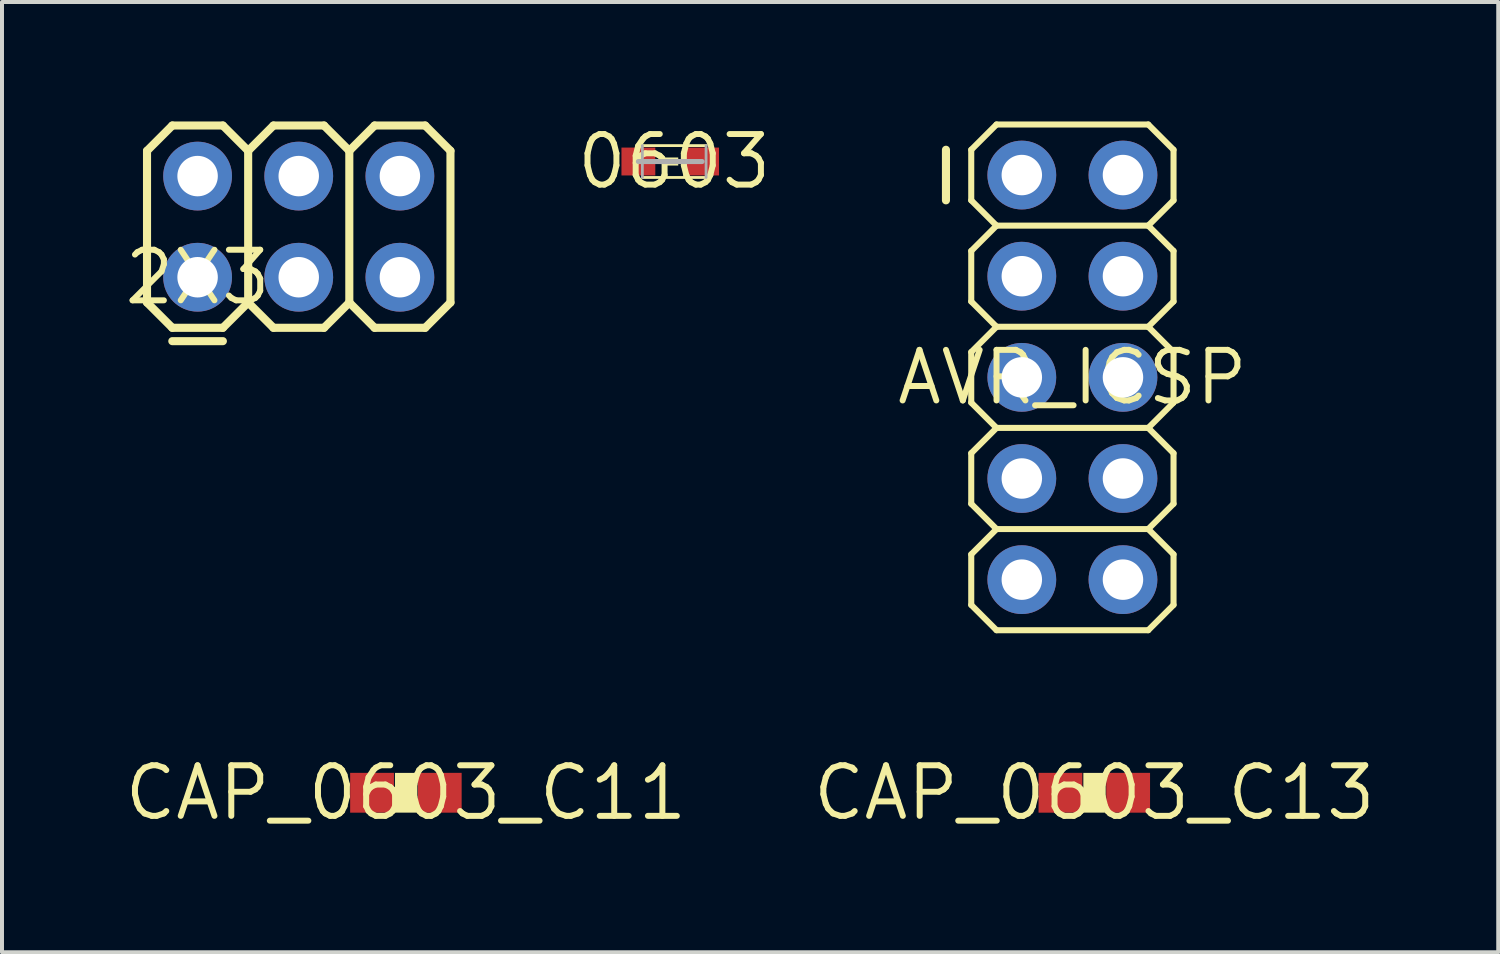
<source format=kicad_pcb>
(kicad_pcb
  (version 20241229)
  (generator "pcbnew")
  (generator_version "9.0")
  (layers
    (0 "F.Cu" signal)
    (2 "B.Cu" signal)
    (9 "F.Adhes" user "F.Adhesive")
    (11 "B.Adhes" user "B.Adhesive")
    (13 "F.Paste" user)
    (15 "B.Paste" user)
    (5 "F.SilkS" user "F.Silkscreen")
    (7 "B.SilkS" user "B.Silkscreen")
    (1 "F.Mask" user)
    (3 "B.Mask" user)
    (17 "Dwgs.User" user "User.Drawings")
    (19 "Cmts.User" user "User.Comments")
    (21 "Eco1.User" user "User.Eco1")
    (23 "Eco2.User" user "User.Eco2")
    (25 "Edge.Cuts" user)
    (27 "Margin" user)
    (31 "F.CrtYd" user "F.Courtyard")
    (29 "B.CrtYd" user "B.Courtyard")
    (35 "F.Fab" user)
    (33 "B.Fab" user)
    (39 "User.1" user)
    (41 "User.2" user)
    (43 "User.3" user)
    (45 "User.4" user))
  (footprint "0603"
    (layer "F.Cu")
    (at 13.881 1.006)
    (property "Reference" "0603" (at 0 0 0) (layer "F.SilkS") (effects (font (size 1.27 1.27) (thickness 0.15))))
    (fp_line (start -0.8 -0.4) (end 0.8 -0.4) (stroke (width 0.07) (type solid)) (layer "F.SilkS"))
    (fp_line (start 0.8 0.4) (end -0.8 0.4) (stroke (width 0.07) (type solid)) (layer "F.SilkS"))
    (fp_poly (pts (xy 0.101 0.101) (xy -0.301 0.101) (xy -0.301 -0.101) (xy 0.101 -0.101)) (stroke (width 0) (type default)) (fill yes) (layer "F.SilkS"))
    (fp_line (start -0.9 0) (end 0.7 0) (stroke (width 0.127) (type solid)) (layer "F.Fab"))
    (fp_line (start -0.8 0.4) (end -0.8 -0.4) (stroke (width 0.07) (type solid)) (layer "F.Fab"))
    (fp_line (start 0.8 -0.4) (end 0.8 0.4) (stroke (width 0.07) (type solid)) (layer "F.Fab"))
    (pad "1" smd rect (at -0.9 0 1.496731615e-14) (size 0.85 0.7) (layers "F.Cu" "F.Mask" "F.Paste"))
    (pad "2" smd rect (at 0.7 0 1.496731615e-14) (size 0.85 0.7) (layers "F.Cu" "F.Mask" "F.Paste")))
  (footprint "CAP_0603_C11"
    (layer "F.Cu")
    (at 7.143 16.858)
    (property "Reference" "CAP_0603_C11" (at 0 0 0) (layer "F.SilkS") (effects (font (size 1.27 1.27) (thickness 0.15))))
    (fp_poly (pts (xy 0.266 0.499) (xy -0.275 0.499) (xy -0.275 -0.499) (xy 0.266 -0.499)) (stroke (width 0) (type default)) (fill yes) (layer "F.SilkS"))
    (pad "1" smd rect (at -0.85 0 270) (size 1 1.1) (layers "F.Cu" "F.Mask" "F.Paste"))
    (pad "2" smd rect (at 0.85 0 270) (size 1 1.1) (layers "F.Cu" "F.Mask" "F.Paste")))
  (footprint "2X3"
    (layer "F.Cu")
    (at 1.912 3.912)
    (property "Reference" "2X3" (at 0 0 0) (layer "F.SilkS") (effects (font (size 1.27 1.27) (thickness 0.15))))
    (fp_line (start -1.27 -3.175) (end -0.635 -3.81) (stroke (width 0.203) (type solid)) (layer "F.SilkS"))
    (fp_line (start -1.27 0.635) (end -1.27 -3.175) (stroke (width 0.203) (type solid)) (layer "F.SilkS"))
    (fp_line (start -1.27 0.635) (end -0.635 1.27) (stroke (width 0.203) (type solid)) (layer "F.SilkS"))
    (fp_line (start -0.635 -3.81) (end 0.635 -3.81) (stroke (width 0.203) (type solid)) (layer "F.SilkS"))
    (fp_line (start -0.635 1.27) (end 0.635 1.27) (stroke (width 0.203) (type solid)) (layer "F.SilkS"))
    (fp_line (start 0.635 -3.81) (end 1.27 -3.175) (stroke (width 0.203) (type solid)) (layer "F.SilkS"))
    (fp_line (start 0.635 1.27) (end 1.27 0.635) (stroke (width 0.203) (type solid)) (layer "F.SilkS"))
    (fp_line (start 0.635 1.605) (end -0.635 1.605) (stroke (width 0.203) (type solid)) (layer "F.SilkS"))
    (fp_line (start 1.27 -3.175) (end 1.27 0.635) (stroke (width 0.203) (type solid)) (layer "F.SilkS"))
    (fp_line (start 1.27 -3.175) (end 1.905 -3.81) (stroke (width 0.203) (type solid)) (layer "F.SilkS"))
    (fp_line (start 1.27 0.635) (end 1.905 1.27) (stroke (width 0.203) (type solid)) (layer "F.SilkS"))
    (fp_line (start 1.905 -3.81) (end 3.175 -3.81) (stroke (width 0.203) (type solid)) (layer "F.SilkS"))
    (fp_line (start 1.905 1.27) (end 3.175 1.27) (stroke (width 0.203) (type solid)) (layer "F.SilkS"))
    (fp_line (start 3.175 -3.81) (end 3.81 -3.175) (stroke (width 0.203) (type solid)) (layer "F.SilkS"))
    (fp_line (start 3.175 1.27) (end 3.81 0.635) (stroke (width 0.203) (type solid)) (layer "F.SilkS"))
    (fp_line (start 3.81 -3.175) (end 3.81 0.635) (stroke (width 0.203) (type solid)) (layer "F.SilkS"))
    (fp_line (start 3.81 -3.175) (end 4.445 -3.81) (stroke (width 0.203) (type solid)) (layer "F.SilkS"))
    (fp_line (start 3.81 0.635) (end 4.445 1.27) (stroke (width 0.203) (type solid)) (layer "F.SilkS"))
    (fp_line (start 4.445 -3.81) (end 5.715 -3.81) (stroke (width 0.203) (type solid)) (layer "F.SilkS"))
    (fp_line (start 4.445 1.27) (end 5.715 1.27) (stroke (width 0.203) (type solid)) (layer "F.SilkS"))
    (fp_line (start 5.715 -3.81) (end 6.35 -3.175) (stroke (width 0.203) (type solid)) (layer "F.SilkS"))
    (fp_line (start 5.715 1.27) (end 6.35 0.635) (stroke (width 0.203) (type solid)) (layer "F.SilkS"))
    (fp_line (start 6.35 -3.175) (end 6.35 0.635) (stroke (width 0.203) (type solid)) (layer "F.SilkS"))
    (fp_poly (pts (xy 0.255 -2.285) (xy -0.254 -2.285) (xy -0.254 -2.795) (xy 0.255 -2.795)) (stroke (width 0.1) (type default)) (fill no) (layer "F.Fab"))
    (fp_poly (pts (xy 0.255 0.255) (xy -0.254 0.255) (xy -0.254 -0.255) (xy 0.255 -0.255)) (stroke (width 0.1) (type default)) (fill no) (layer "F.Fab"))
    (fp_poly (pts (xy 2.795 -2.285) (xy 2.285 -2.285) (xy 2.285 -2.795) (xy 2.795 -2.795)) (stroke (width 0.1) (type default)) (fill no) (layer "F.Fab"))
    (fp_poly (pts (xy 2.795 0.255) (xy 2.285 0.255) (xy 2.285 -0.255) (xy 2.795 -0.255)) (stroke (width 0.1) (type default)) (fill no) (layer "F.Fab"))
    (fp_poly (pts (xy 5.335 -2.285) (xy 4.826 -2.285) (xy 4.826 -2.795) (xy 5.335 -2.795)) (stroke (width 0.1) (type default)) (fill no) (layer "F.Fab"))
    (fp_poly (pts (xy 5.335 0.255) (xy 4.826 0.255) (xy 4.826 -0.255) (xy 5.335 -0.255)) (stroke (width 0.1) (type default)) (fill no) (layer "F.Fab"))
    (pad "1" thru_hole circle (at 0 0) (size 1.727 1.727) (drill 1.016) (layers "*.Cu" "*.Mask"))
    (pad "2" thru_hole circle (at 0 -2.54) (size 1.727 1.727) (drill 1.016) (layers "*.Cu" "*.Mask"))
    (pad "3" thru_hole circle (at 2.54 0) (size 1.727 1.727) (drill 1.016) (layers "*.Cu" "*.Mask"))
    (pad "4" thru_hole circle (at 2.54 -2.54) (size 1.727 1.727) (drill 1.016) (layers "*.Cu" "*.Mask"))
    (pad "5" thru_hole circle (at 5.08 0) (size 1.727 1.727) (drill 1.016) (layers "*.Cu" "*.Mask"))
    (pad "6" thru_hole circle (at 5.08 -2.54) (size 1.727 1.727) (drill 1.016) (layers "*.Cu" "*.Mask")))
  (footprint "CAP_0603_C13"
    (layer "F.Cu")
    (at 24.43 16.858)
    (property "Reference" "CAP_0603_C13" (at 0 0 0) (layer "F.SilkS") (effects (font (size 1.27 1.27) (thickness 0.15))))
    (fp_poly (pts (xy 0.266 0.499) (xy -0.275 0.499) (xy -0.275 -0.499) (xy 0.266 -0.499)) (stroke (width 0) (type default)) (fill yes) (layer "F.SilkS"))
    (pad "1" smd rect (at -0.85 0 270) (size 1 1.1) (layers "F.Cu" "F.Mask" "F.Paste"))
    (pad "2" smd rect (at 0.85 0 270) (size 1 1.1) (layers "F.Cu" "F.Mask" "F.Paste")))
  (footprint "AVR_ICSP"
    (layer "F.Cu")
    (at 23.88 6.426)
    (property "Reference" "AVR_ICSP" (at 0 0 0) (layer "F.SilkS") (effects (font (size 1.27 1.27) (thickness 0.15))))
    (fp_line (start -3.175 -5.715) (end -3.175 -4.445) (stroke (width 0.203) (type solid)) (layer "F.SilkS"))
    (fp_line (start -2.54 -5.715) (end -2.54 -4.445) (stroke (width 0.152) (type solid)) (layer "F.SilkS"))
    (fp_line (start -2.54 -4.445) (end -1.905 -3.81) (stroke (width 0.152) (type solid)) (layer "F.SilkS"))
    (fp_line (start -2.54 -3.175) (end -2.54 -1.905) (stroke (width 0.152) (type solid)) (layer "F.SilkS"))
    (fp_line (start -2.54 -1.905) (end -1.905 -1.27) (stroke (width 0.152) (type solid)) (layer "F.SilkS"))
    (fp_line (start -2.54 -0.635) (end -2.54 0.635) (stroke (width 0.152) (type solid)) (layer "F.SilkS"))
    (fp_line (start -2.54 0.635) (end -1.905 1.27) (stroke (width 0.152) (type solid)) (layer "F.SilkS"))
    (fp_line (start -2.54 1.905) (end -2.54 3.175) (stroke (width 0.152) (type solid)) (layer "F.SilkS"))
    (fp_line (start -2.54 3.175) (end -1.905 3.81) (stroke (width 0.152) (type solid)) (layer "F.SilkS"))
    (fp_line (start -2.54 4.445) (end -2.54 5.715) (stroke (width 0.152) (type solid)) (layer "F.SilkS"))
    (fp_line (start -2.54 5.715) (end -1.905 6.35) (stroke (width 0.152) (type solid)) (layer "F.SilkS"))
    (fp_line (start -1.905 -6.35) (end -2.54 -5.715) (stroke (width 0.152) (type solid)) (layer "F.SilkS"))
    (fp_line (start -1.905 -6.35) (end 1.905 -6.35) (stroke (width 0.152) (type solid)) (layer "F.SilkS"))
    (fp_line (start -1.905 -3.81) (end -2.54 -3.175) (stroke (width 0.152) (type solid)) (layer "F.SilkS"))
    (fp_line (start -1.905 -1.27) (end -2.54 -0.635) (stroke (width 0.152) (type solid)) (layer "F.SilkS"))
    (fp_line (start -1.905 1.27) (end -2.54 1.905) (stroke (width 0.152) (type solid)) (layer "F.SilkS"))
    (fp_line (start -1.905 3.81) (end -2.54 4.445) (stroke (width 0.152) (type solid)) (layer "F.SilkS"))
    (fp_line (start 1.905 -6.35) (end 2.54 -5.715) (stroke (width 0.152) (type solid)) (layer "F.SilkS"))
    (fp_line (start 1.905 -3.81) (end -1.905 -3.81) (stroke (width 0.152) (type solid)) (layer "F.SilkS"))
    (fp_line (start 1.905 -3.81) (end 2.54 -3.175) (stroke (width 0.152) (type solid)) (layer "F.SilkS"))
    (fp_line (start 1.905 -1.27) (end -1.905 -1.27) (stroke (width 0.152) (type solid)) (layer "F.SilkS"))
    (fp_line (start 1.905 -1.27) (end 2.54 -0.635) (stroke (width 0.152) (type solid)) (layer "F.SilkS"))
    (fp_line (start 1.905 1.27) (end -1.905 1.27) (stroke (width 0.152) (type solid)) (layer "F.SilkS"))
    (fp_line (start 1.905 1.27) (end 2.54 1.905) (stroke (width 0.152) (type solid)) (layer "F.SilkS"))
    (fp_line (start 1.905 3.81) (end -1.905 3.81) (stroke (width 0.152) (type solid)) (layer "F.SilkS"))
    (fp_line (start 1.905 3.81) (end 2.54 4.445) (stroke (width 0.152) (type solid)) (layer "F.SilkS"))
    (fp_line (start 1.905 6.35) (end -1.905 6.35) (stroke (width 0.152) (type solid)) (layer "F.SilkS"))
    (fp_line (start 2.54 -5.715) (end 2.54 -4.445) (stroke (width 0.152) (type solid)) (layer "F.SilkS"))
    (fp_line (start 2.54 -4.445) (end 1.905 -3.81) (stroke (width 0.152) (type solid)) (layer "F.SilkS"))
    (fp_line (start 2.54 -3.175) (end 2.54 -1.905) (stroke (width 0.152) (type solid)) (layer "F.SilkS"))
    (fp_line (start 2.54 -1.905) (end 1.905 -1.27) (stroke (width 0.152) (type solid)) (layer "F.SilkS"))
    (fp_line (start 2.54 -0.635) (end 2.54 0.635) (stroke (width 0.152) (type solid)) (layer "F.SilkS"))
    (fp_line (start 2.54 0.635) (end 1.905 1.27) (stroke (width 0.152) (type solid)) (layer "F.SilkS"))
    (fp_line (start 2.54 1.905) (end 2.54 3.175) (stroke (width 0.152) (type solid)) (layer "F.SilkS"))
    (fp_line (start 2.54 3.175) (end 1.905 3.81) (stroke (width 0.152) (type solid)) (layer "F.SilkS"))
    (fp_line (start 2.54 4.445) (end 2.54 5.715) (stroke (width 0.152) (type solid)) (layer "F.SilkS"))
    (fp_line (start 2.54 5.715) (end 1.905 6.35) (stroke (width 0.152) (type solid)) (layer "F.SilkS"))
    (fp_poly (pts (xy -1.015 0.255) (xy -1.524 0.255) (xy -1.524 -0.255) (xy -1.015 -0.255)) (stroke (width 0) (type default)) (fill yes) (layer "F.SilkS"))
    (fp_poly (pts (xy -1.015 -4.825) (xy -1.524 -4.825) (xy -1.524 -5.335) (xy -1.015 -5.335)) (stroke (width 0.1) (type default)) (fill no) (layer "F.Fab"))
    (fp_poly (pts (xy -1.015 -2.285) (xy -1.524 -2.285) (xy -1.524 -2.795) (xy -1.015 -2.795)) (stroke (width 0.1) (type default)) (fill no) (layer "F.Fab"))
    (fp_poly (pts (xy -1.015 2.795) (xy -1.524 2.795) (xy -1.524 2.285) (xy -1.015 2.285)) (stroke (width 0.1) (type default)) (fill no) (layer "F.Fab"))
    (fp_poly (pts (xy -1.015 5.335) (xy -1.524 5.335) (xy -1.524 4.825) (xy -1.015 4.825)) (stroke (width 0.1) (type default)) (fill no) (layer "F.Fab"))
    (fp_poly (pts (xy 1.525 -4.825) (xy 1.015 -4.825) (xy 1.015 -5.335) (xy 1.525 -5.335)) (stroke (width 0.1) (type default)) (fill no) (layer "F.Fab"))
    (fp_poly (pts (xy 1.525 -2.285) (xy 1.015 -2.285) (xy 1.015 -2.795) (xy 1.525 -2.795)) (stroke (width 0.1) (type default)) (fill no) (layer "F.Fab"))
    (fp_poly (pts (xy 1.525 0.255) (xy 1.015 0.255) (xy 1.015 -0.255) (xy 1.525 -0.255)) (stroke (width 0.1) (type default)) (fill no) (layer "F.Fab"))
    (fp_poly (pts (xy 1.525 2.795) (xy 1.015 2.795) (xy 1.015 2.285) (xy 1.525 2.285)) (stroke (width 0.1) (type default)) (fill no) (layer "F.Fab"))
    (fp_poly (pts (xy 1.525 5.335) (xy 1.015 5.335) (xy 1.015 4.825) (xy 1.525 4.825)) (stroke (width 0.1) (type default)) (fill no) (layer "F.Fab"))
    (pad "1" thru_hole circle (at -1.27 -5.08) (size 1.727 1.727) (drill 1.016) (layers "*.Cu" "*.Mask"))
    (pad "2" thru_hole circle (at 1.27 -5.08) (size 1.727 1.727) (drill 1.016) (layers "*.Cu" "*.Mask"))
    (pad "3" thru_hole circle (at -1.27 -2.54) (size 1.727 1.727) (drill 1.016) (layers "*.Cu" "*.Mask"))
    (pad "4" thru_hole circle (at 1.27 -2.54) (size 1.727 1.727) (drill 1.016) (layers "*.Cu" "*.Mask"))
    (pad "5" thru_hole circle (at -1.27 0) (size 1.727 1.727) (drill 1.016) (layers "*.Cu" "*.Mask"))
    (pad "6" thru_hole circle (at 1.27 0) (size 1.727 1.727) (drill 1.016) (layers "*.Cu" "*.Mask"))
    (pad "7" thru_hole circle (at -1.27 2.54) (size 1.727 1.727) (drill 1.016) (layers "*.Cu" "*.Mask"))
    (pad "8" thru_hole circle (at 1.27 2.54) (size 1.727 1.727) (drill 1.016) (layers "*.Cu" "*.Mask"))
    (pad "9" thru_hole circle (at -1.27 5.08) (size 1.727 1.727) (drill 1.016) (layers "*.Cu" "*.Mask"))
    (pad "10" thru_hole circle (at 1.27 5.08) (size 1.727 1.727) (drill 1.016) (layers "*.Cu" "*.Mask")))
  (gr_rect
    (start -3 -3)
    (end 34.574 20.864)
    (stroke (width 0.1) (type default))
    (fill no)
    (layer "Edge.Cuts")))
</source>
